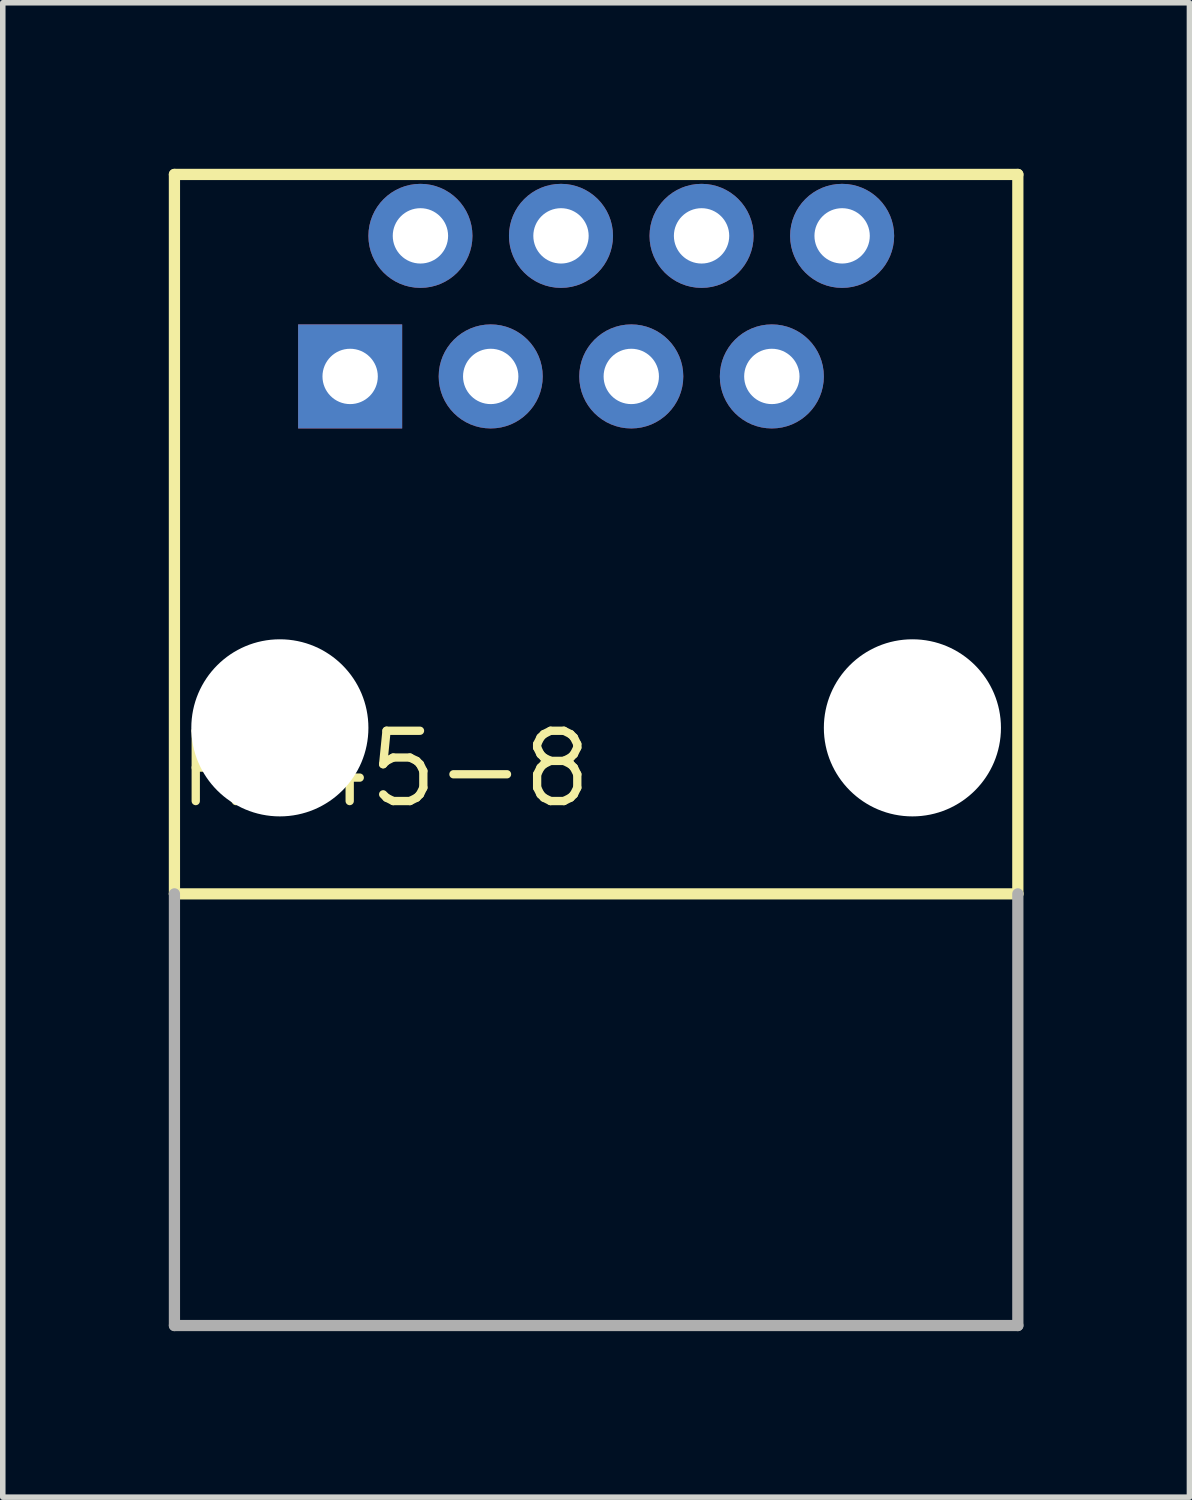
<source format=kicad_pcb>
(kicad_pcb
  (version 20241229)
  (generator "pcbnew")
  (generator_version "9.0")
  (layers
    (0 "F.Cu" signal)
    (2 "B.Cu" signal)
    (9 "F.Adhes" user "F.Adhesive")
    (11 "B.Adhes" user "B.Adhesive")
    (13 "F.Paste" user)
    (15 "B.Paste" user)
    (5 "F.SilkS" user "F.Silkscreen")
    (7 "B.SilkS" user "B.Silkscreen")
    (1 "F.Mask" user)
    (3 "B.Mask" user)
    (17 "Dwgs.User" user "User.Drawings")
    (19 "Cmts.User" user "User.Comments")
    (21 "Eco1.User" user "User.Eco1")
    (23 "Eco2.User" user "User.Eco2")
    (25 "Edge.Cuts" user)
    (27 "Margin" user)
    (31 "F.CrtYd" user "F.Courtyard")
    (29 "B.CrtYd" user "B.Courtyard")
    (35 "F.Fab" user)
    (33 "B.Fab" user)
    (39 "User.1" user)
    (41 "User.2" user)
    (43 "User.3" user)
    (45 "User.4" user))
  (footprint "RJ45-8"
    (layer "F.Cu")
    (at 7.722 10.102)
    (property "Reference" "RJ45-8" (at 0 0 0) (layer "F.SilkS") (effects (font (size 1.27 1.27) (thickness 0.15)) (justify right top)))
    (attr through_hole)
    (fp_line (start -7.62 -10) (end 7.62 -10) (stroke (width 0.203) (type solid)) (layer "F.SilkS"))
    (fp_line (start -7.62 3) (end -7.62 -10) (stroke (width 0.203) (type solid)) (layer "F.SilkS"))
    (fp_line (start -7.62 3) (end 7.62 3) (stroke (width 0.203) (type solid)) (layer "F.SilkS"))
    (fp_line (start 7.62 -10) (end 7.62 3) (stroke (width 0.203) (type solid)) (layer "F.SilkS"))
    (fp_line (start -7.62 3) (end -7.62 10.8) (stroke (width 0.203) (type solid)) (layer "F.Fab"))
    (fp_line (start -7.62 10.8) (end 7.62 10.8) (stroke (width 0.203) (type solid)) (layer "F.Fab"))
    (fp_line (start 7.62 10.8) (end 7.62 3) (stroke (width 0.203) (type solid)) (layer "F.Fab"))
    (pad "" np_thru_hole circle (at -5.715 0) (size 3.2 3.2) (drill 3.2) (layers "*.Cu" "*.Mask"))
    (pad "" np_thru_hole circle (at 5.715 0) (size 3.2 3.2) (drill 3.2) (layers "*.Cu" "*.Mask"))
    (pad "1" thru_hole rect (at -4.445 -6.35) (size 1.88 1.88) (drill 1) (layers "*.Cu" "*.Mask"))
    (pad "2" thru_hole circle (at -3.175 -8.89) (size 1.88 1.88) (drill 1) (layers "*.Cu" "*.Mask"))
    (pad "3" thru_hole circle (at -1.905 -6.35) (size 1.88 1.88) (drill 1) (layers "*.Cu" "*.Mask"))
    (pad "4" thru_hole circle (at -0.635 -8.89) (size 1.88 1.88) (drill 1) (layers "*.Cu" "*.Mask"))
    (pad "5" thru_hole circle (at 0.635 -6.35) (size 1.88 1.88) (drill 1) (layers "*.Cu" "*.Mask"))
    (pad "6" thru_hole circle (at 1.905 -8.89) (size 1.88 1.88) (drill 1) (layers "*.Cu" "*.Mask"))
    (pad "7" thru_hole circle (at 3.175 -6.35) (size 1.88 1.88) (drill 1) (layers "*.Cu" "*.Mask"))
    (pad "8" thru_hole circle (at 4.445 -8.89) (size 1.88 1.88) (drill 1) (layers "*.Cu" "*.Mask")))
  (gr_rect
    (start -3 -3)
    (end 18.443 24.003)
    (stroke (width 0.1) (type default))
    (fill no)
    (layer "Edge.Cuts")))
</source>
